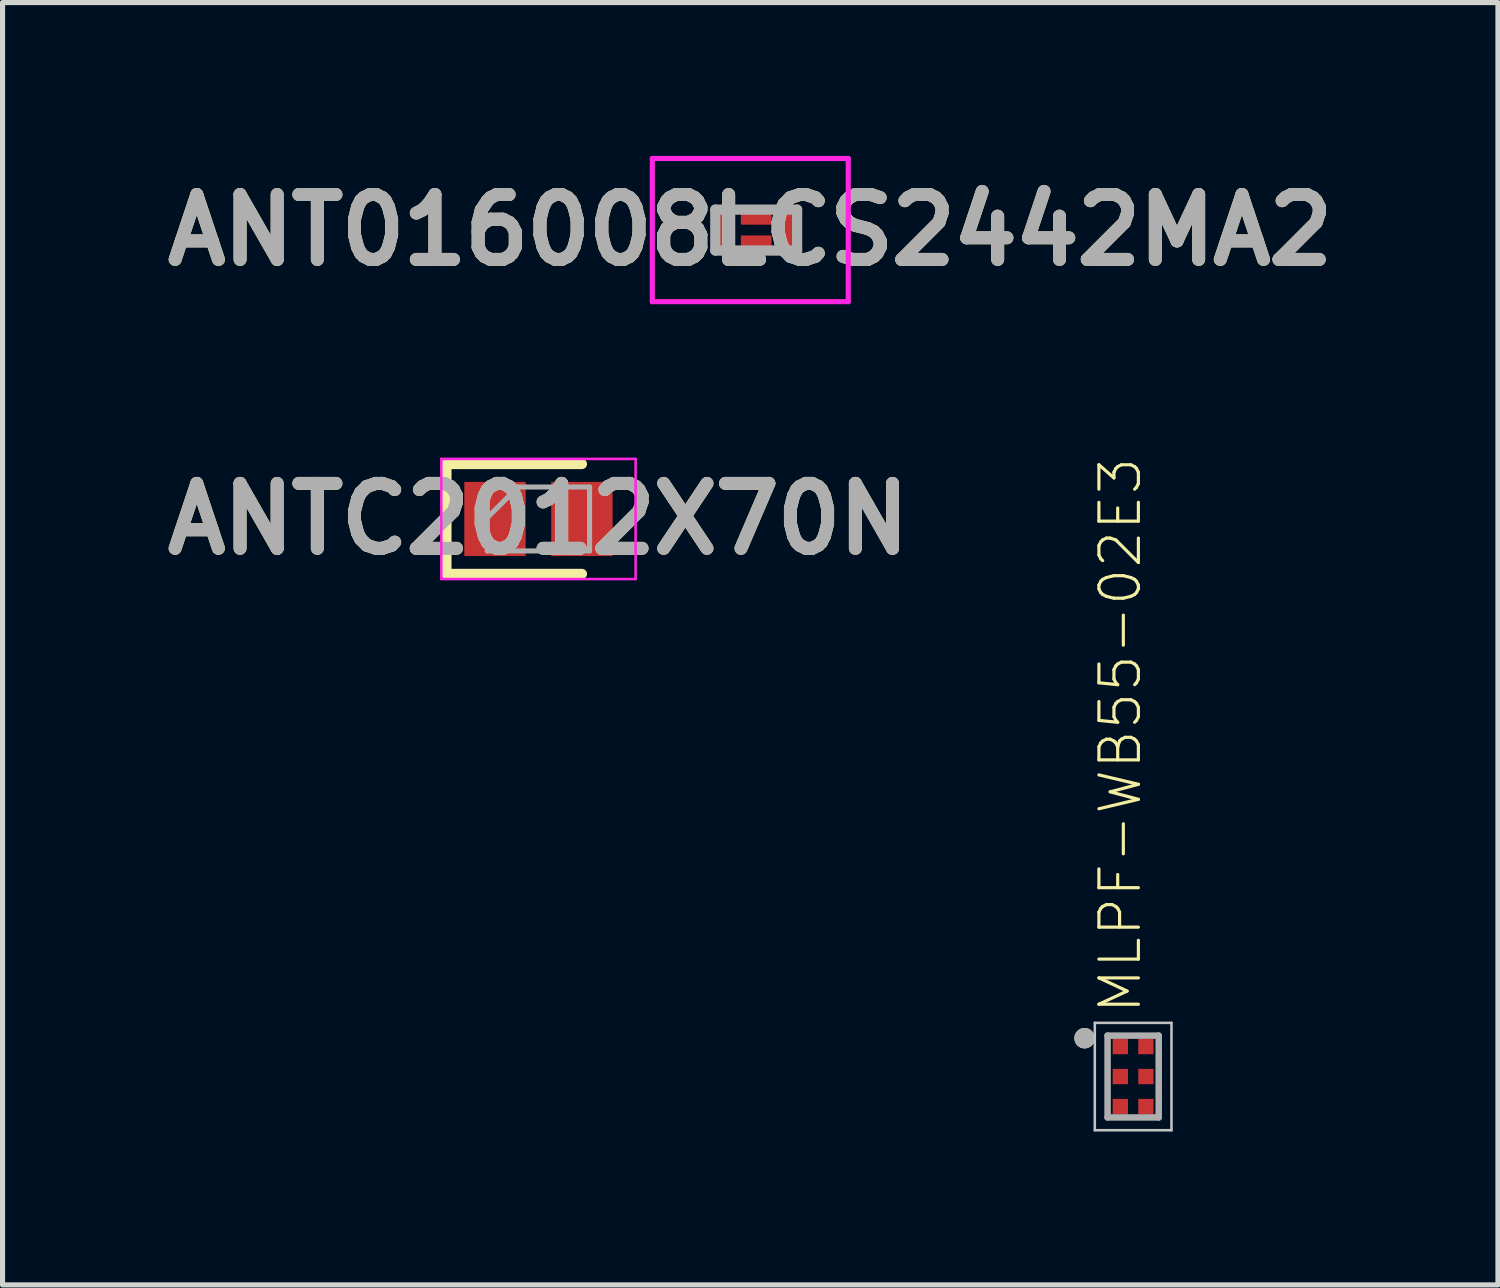
<source format=kicad_pcb>
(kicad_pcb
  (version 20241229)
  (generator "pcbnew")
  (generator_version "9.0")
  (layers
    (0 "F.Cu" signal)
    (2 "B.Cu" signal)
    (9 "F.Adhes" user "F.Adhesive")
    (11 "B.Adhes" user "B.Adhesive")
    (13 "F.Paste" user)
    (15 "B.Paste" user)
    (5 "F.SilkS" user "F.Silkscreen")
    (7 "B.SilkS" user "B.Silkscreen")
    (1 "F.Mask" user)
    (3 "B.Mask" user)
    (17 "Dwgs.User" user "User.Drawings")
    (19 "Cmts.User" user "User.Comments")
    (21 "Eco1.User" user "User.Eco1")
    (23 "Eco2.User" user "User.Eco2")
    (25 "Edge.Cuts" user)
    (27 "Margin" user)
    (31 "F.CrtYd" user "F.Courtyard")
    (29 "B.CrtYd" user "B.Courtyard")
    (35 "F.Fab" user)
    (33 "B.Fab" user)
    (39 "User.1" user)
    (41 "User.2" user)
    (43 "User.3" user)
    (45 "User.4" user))
  (footprint "ANT016008LCS2442MA2"
    (layer "F.Cu")
    (at 11.74 1.45)
    (property "Reference" "ANT016008LCS2442MA2" (at -0.116 0 0) (layer "F.SilkS") (effects (font (size 1.27 1.27) (thickness 0.254))))
    (attr smd)
    (fp_line (start -1.032 0.007) (end -1.032 0.007) (stroke (width 0.015) (type solid)) (layer "F.SilkS"))
    (fp_line (start -1.018 0.007) (end -1.018 0.007) (stroke (width 0.015) (type solid)) (layer "F.SilkS"))
    (fp_arc (start -1.032 0.007) (mid -1.025 0) (end -1.018 0.007) (stroke (width 0.015) (type solid)) (layer "F.SilkS"))
    (fp_arc (start -1.017 0.007) (mid -1.0245 0.0145) (end -1.032 0.007) (stroke (width 0.015) (type solid)) (layer "F.SilkS"))
    (fp_line (start -2.032 -1.4) (end 1.8 -1.4) (stroke (width 0.1) (type solid)) (layer "F.CrtYd"))
    (fp_line (start -2.032 1.4) (end -2.032 -1.4) (stroke (width 0.1) (type solid)) (layer "F.CrtYd"))
    (fp_line (start 1.8 -1.4) (end 1.8 1.4) (stroke (width 0.1) (type solid)) (layer "F.CrtYd"))
    (fp_line (start 1.8 1.4) (end -2.032 1.4) (stroke (width 0.1) (type solid)) (layer "F.CrtYd"))
    (fp_line (start -0.8 -0.4) (end 0.8 -0.4) (stroke (width 0.2) (type solid)) (layer "F.Fab"))
    (fp_line (start -0.8 0.4) (end -0.8 -0.4) (stroke (width 0.2) (type solid)) (layer "F.Fab"))
    (fp_line (start 0.8 -0.4) (end 0.8 0.4) (stroke (width 0.2) (type solid)) (layer "F.Fab"))
    (fp_line (start 0.8 0.4) (end -0.8 0.4) (stroke (width 0.2) (type solid)) (layer "F.Fab"))
    (fp_text user "${REFERENCE}" (at -0.116 0 0) (layer "F.Fab") (effects (font (size 1.27 1.27) (thickness 0.254))))
    (pad "1" smd rect (at -0.625 0) (size 0.35 0.8) (layers "F.Cu" "F.Mask" "F.Paste"))
    (pad "2" smd rect (at 0 0.233 90) (size 0.255 0.6) (layers "F.Cu" "F.Mask" "F.Paste"))
    (pad "3" smd rect (at 0 -0.233 90) (size 0.255 0.6) (layers "F.Cu" "F.Mask" "F.Paste"))
    (pad "4" smd rect (at 0.625 0) (size 0.35 0.8) (layers "F.Cu" "F.Mask" "F.Paste")))
  (footprint "ANTC2012X70N"
    (layer "F.Cu")
    (at 7.481 7.1)
    (property "Reference" "ANTC2012X70N" (at 0 0 0) (layer "F.SilkS") (effects (font (size 1.27 1.27) (thickness 0.254))))
    (attr smd)
    (fp_line (start -1.8 -1.075) (end -1.8 1.075) (stroke (width 0.2) (type solid)) (layer "F.SilkS"))
    (fp_line (start -1.8 1.075) (end 0.85 1.075) (stroke (width 0.2) (type solid)) (layer "F.SilkS"))
    (fp_line (start 0.85 -1.075) (end -1.8 -1.075) (stroke (width 0.2) (type solid)) (layer "F.SilkS"))
    (fp_line (start -1.9 -1.175) (end 1.9 -1.175) (stroke (width 0.05) (type solid)) (layer "F.CrtYd"))
    (fp_line (start -1.9 1.175) (end -1.9 -1.175) (stroke (width 0.05) (type solid)) (layer "F.CrtYd"))
    (fp_line (start 1.9 -1.175) (end 1.9 1.175) (stroke (width 0.05) (type solid)) (layer "F.CrtYd"))
    (fp_line (start 1.9 1.175) (end -1.9 1.175) (stroke (width 0.05) (type solid)) (layer "F.CrtYd"))
    (fp_line (start -1 -0.625) (end 1 -0.625) (stroke (width 0.1) (type solid)) (layer "F.Fab"))
    (fp_line (start -1 -0.025) (end -0.4 -0.625) (stroke (width 0.1) (type solid)) (layer "F.Fab"))
    (fp_line (start -1 0.625) (end -1 -0.625) (stroke (width 0.1) (type solid)) (layer "F.Fab"))
    (fp_line (start 1 -0.625) (end 1 0.625) (stroke (width 0.1) (type solid)) (layer "F.Fab"))
    (fp_line (start 1 0.625) (end -1 0.625) (stroke (width 0.1) (type solid)) (layer "F.Fab"))
    (fp_text user "${REFERENCE}" (at 0 0 0) (layer "F.Fab") (effects (font (size 1.27 1.27) (thickness 0.254))))
    (pad "1" smd rect (at -0.85 0) (size 1.2 1.45) (layers "F.Cu" "F.Mask" "F.Paste"))
    (pad "2" smd rect (at 0.85 0) (size 1.2 1.45) (layers "F.Cu" "F.Mask" "F.Paste")))
  (footprint "MLPF-WB55-02E3"
    (layer "F.Cu")
    (at 19.112 18.005)
    (property "Reference" "MLPF-WB55-02E3" (at 0.2 -1.19 270) (layer "F.SilkS") (effects (font (size 0.772 0.772) (thickness 0.062)) (justify left bottom)))
    (attr through_hole)
    (fp_poly (pts (xy -0.35 -0.487) (xy -0.15 -0.487) (xy -0.15 -0.687) (xy -0.35 -0.687)) (stroke (width 0) (type solid)) (fill yes) (layer "F.Mask"))
    (fp_poly (pts (xy -0.35 0.1) (xy -0.15 0.1) (xy -0.15 -0.1) (xy -0.35 -0.1)) (stroke (width 0) (type solid)) (fill yes) (layer "F.Mask"))
    (fp_poly (pts (xy -0.35 0.687) (xy -0.15 0.687) (xy -0.15 0.487) (xy -0.35 0.487)) (stroke (width 0) (type solid)) (fill yes) (layer "F.Mask"))
    (fp_poly (pts (xy 0.15 -0.487) (xy 0.35 -0.487) (xy 0.35 -0.687) (xy 0.15 -0.687)) (stroke (width 0) (type solid)) (fill yes) (layer "F.Mask"))
    (fp_poly (pts (xy 0.15 0.1) (xy 0.35 0.1) (xy 0.35 -0.1) (xy 0.15 -0.1)) (stroke (width 0) (type solid)) (fill yes) (layer "F.Mask"))
    (fp_poly (pts (xy 0.15 0.687) (xy 0.35 0.687) (xy 0.35 0.487) (xy 0.15 0.487)) (stroke (width 0) (type solid)) (fill yes) (layer "F.Mask"))
    (fp_circle (center -0.95 -0.75) (end -0.85 -0.75) (stroke (width 0.2) (type solid)) (fill no) (layer "F.SilkS"))
    (fp_poly (pts (xy -0.35 -0.487) (xy -0.15 -0.487) (xy -0.15 -0.687) (xy -0.35 -0.687)) (stroke (width 0) (type solid)) (fill yes) (layer "F.Paste"))
    (fp_poly (pts (xy -0.35 0.1) (xy -0.15 0.1) (xy -0.15 -0.1) (xy -0.35 -0.1)) (stroke (width 0) (type solid)) (fill yes) (layer "F.Paste"))
    (fp_poly (pts (xy -0.35 0.687) (xy -0.15 0.687) (xy -0.15 0.487) (xy -0.35 0.487)) (stroke (width 0) (type solid)) (fill yes) (layer "F.Paste"))
    (fp_poly (pts (xy 0.15 -0.487) (xy 0.35 -0.487) (xy 0.35 -0.687) (xy 0.15 -0.687)) (stroke (width 0) (type solid)) (fill yes) (layer "F.Paste"))
    (fp_poly (pts (xy 0.15 0.1) (xy 0.35 0.1) (xy 0.35 -0.1) (xy 0.15 -0.1)) (stroke (width 0) (type solid)) (fill yes) (layer "F.Paste"))
    (fp_poly (pts (xy 0.15 0.687) (xy 0.35 0.687) (xy 0.35 0.487) (xy 0.15 0.487)) (stroke (width 0) (type solid)) (fill yes) (layer "F.Paste"))
    (fp_line (start -0.75 -1.05) (end 0.75 -1.05) (stroke (width 0.05) (type solid)) (layer "Dwgs.User"))
    (fp_line (start -0.75 1.05) (end -0.75 -1.05) (stroke (width 0.05) (type solid)) (layer "Dwgs.User"))
    (fp_line (start 0.75 -1.05) (end 0.75 1.05) (stroke (width 0.05) (type solid)) (layer "Dwgs.User"))
    (fp_line (start 0.75 1.05) (end -0.75 1.05) (stroke (width 0.05) (type solid)) (layer "Dwgs.User"))
    (fp_line (start -0.5 -0.8) (end 0.5 -0.8) (stroke (width 0.127) (type solid)) (layer "F.Fab"))
    (fp_line (start -0.5 0.8) (end -0.5 -0.8) (stroke (width 0.127) (type solid)) (layer "F.Fab"))
    (fp_line (start 0.5 -0.8) (end 0.5 0.8) (stroke (width 0.127) (type solid)) (layer "F.Fab"))
    (fp_line (start 0.5 0.8) (end -0.5 0.8) (stroke (width 0.127) (type solid)) (layer "F.Fab"))
    (fp_circle (center -0.95 -0.75) (end -0.85 -0.75) (stroke (width 0.2) (type solid)) (fill no) (layer "F.Fab"))
    (pad "A1" smd rect (at -0.25 -0.587) (size 0.3 0.3) (layers "F.Cu" "F.Mask"))
    (pad "A2" smd rect (at -0.25 0) (size 0.3 0.3) (layers "F.Cu" "F.Mask"))
    (pad "A3" smd rect (at -0.25 0.587) (size 0.3 0.3) (layers "F.Cu" "F.Mask"))
    (pad "B1" smd rect (at 0.25 -0.587) (size 0.3 0.3) (layers "F.Cu" "F.Mask"))
    (pad "B2" smd rect (at 0.25 0) (size 0.3 0.3) (layers "F.Cu" "F.Mask"))
    (pad "B3" smd rect (at 0.25 0.587) (size 0.3 0.3) (layers "F.Cu" "F.Mask")))
  (gr_rect
    (start -3 -3)
    (end 26.247 22.08)
    (stroke (width 0.1) (type default))
    (fill no)
    (layer "Edge.Cuts")))
</source>
